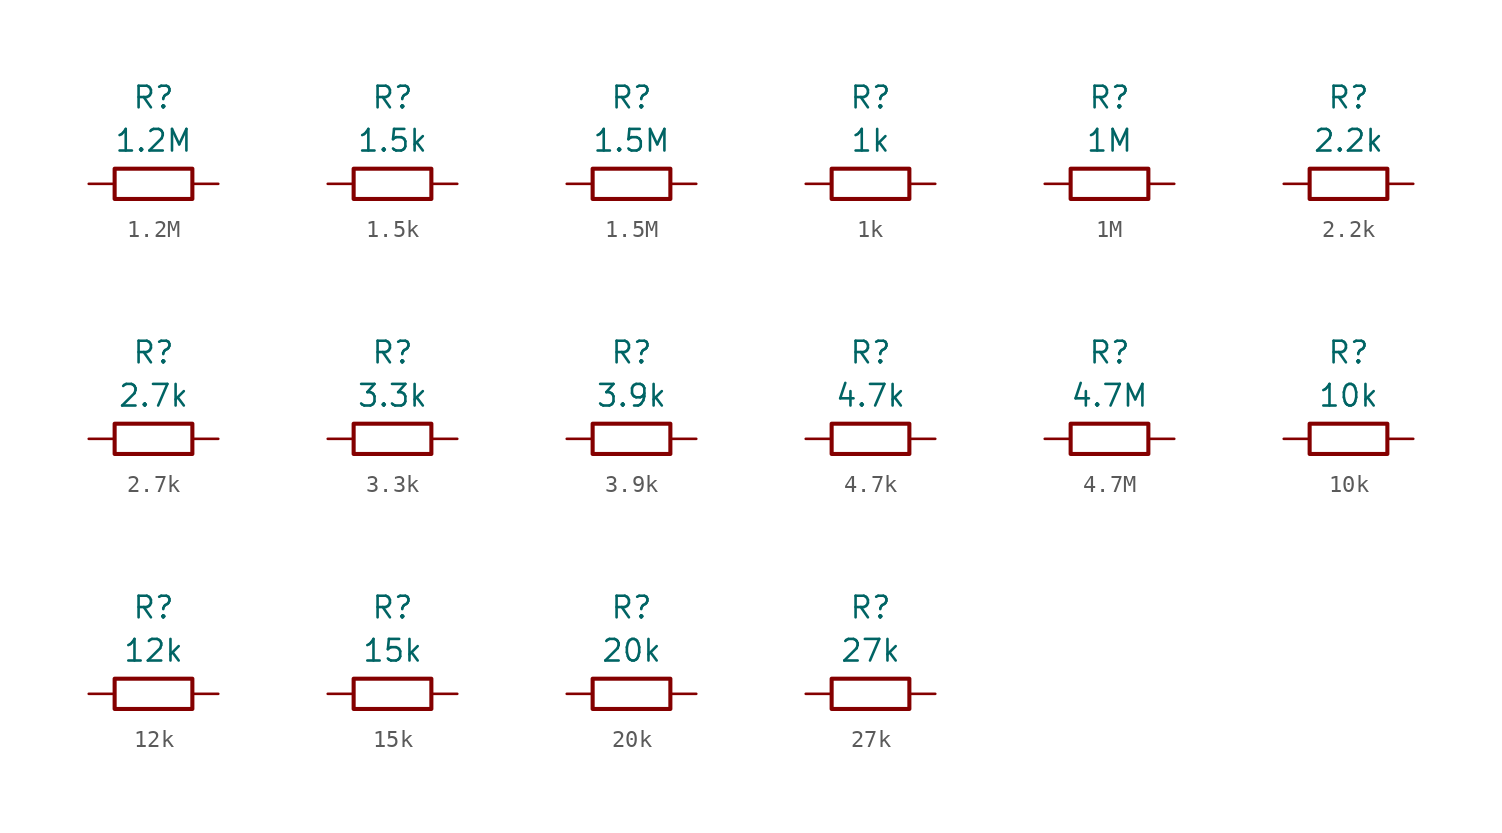
<source format=kicad_sym>
(kicad_symbol_lib
  (version 20220914)
  (generator kicad_symbol_editor)
  (symbol "1.2M"
    (property "Reference" "R"
      (at 0 5.08 0)
      (effects (font (size 1.27 1.27))))
    (property "Value" "1.2M"
      (at 0 2.54 0)
      (effects (font (size 1.27 1.27))))
    (symbol "1.2M_0_1"
      (rectangle (start -2.286 0.889) (end 2.286 -0.889) (stroke (width 0.24) (type default)) (fill (type none))))
    (symbol "1.2M_1_1"
      (pin passive line (at -3.81 0 0) (length 1.5) (name "" (effects (font (size 1.27 1.27)))) (number "1" (effects (font (size 0 0)))))
      (pin passive line (at 3.81 0 180) (length 1.5) (name "~" (effects (font (size 1.27 1.27)))) (number "2" (effects (font (size 0 0)))))))
  (symbol "1.5k"
    (property "Reference" "R"
      (at 0 5.08 0)
      (effects (font (size 1.27 1.27))))
    (property "Value" "1.5k"
      (at 0 2.54 0)
      (effects (font (size 1.27 1.27))))
    (symbol "1.5k_0_1"
      (rectangle (start -2.286 0.889) (end 2.286 -0.889) (stroke (width 0.24) (type default)) (fill (type none))))
    (symbol "1.5k_1_1"
      (pin passive line (at -3.81 0 0) (length 1.5) (name "" (effects (font (size 1.27 1.27)))) (number "1" (effects (font (size 0 0)))))
      (pin passive line (at 3.81 0 180) (length 1.5) (name "~" (effects (font (size 1.27 1.27)))) (number "2" (effects (font (size 0 0)))))))
  (symbol "1.5M"
    (property "Reference" "R"
      (at 0 5.08 0)
      (effects (font (size 1.27 1.27))))
    (property "Value" "1.5M"
      (at 0 2.54 0)
      (effects (font (size 1.27 1.27))))
    (symbol "1.5M_0_1"
      (rectangle (start -2.286 0.889) (end 2.286 -0.889) (stroke (width 0.24) (type default)) (fill (type none))))
    (symbol "1.5M_1_1"
      (pin passive line (at -3.81 0 0) (length 1.5) (name "" (effects (font (size 1.27 1.27)))) (number "1" (effects (font (size 0 0)))))
      (pin passive line (at 3.81 0 180) (length 1.5) (name "~" (effects (font (size 1.27 1.27)))) (number "2" (effects (font (size 0 0)))))))
  (symbol "1k"
    (property "Reference" "R"
      (at 0 5.08 0)
      (effects (font (size 1.27 1.27))))
    (property "Value" "1k"
      (at 0 2.54 0)
      (effects (font (size 1.27 1.27))))
    (symbol "1k_0_1"
      (rectangle (start -2.286 0.889) (end 2.286 -0.889) (stroke (width 0.24) (type default)) (fill (type none))))
    (symbol "1k_1_1"
      (pin passive line (at -3.81 0 0) (length 1.5) (name "" (effects (font (size 1.27 1.27)))) (number "1" (effects (font (size 0 0)))))
      (pin passive line (at 3.81 0 180) (length 1.5) (name "~" (effects (font (size 1.27 1.27)))) (number "2" (effects (font (size 0 0)))))))
  (symbol "1M"
    (property "Reference" "R"
      (at 0 5.08 0)
      (effects (font (size 1.27 1.27))))
    (property "Value" "1M"
      (at 0 2.54 0)
      (effects (font (size 1.27 1.27))))
    (symbol "1M_0_1"
      (rectangle (start -2.286 0.889) (end 2.286 -0.889) (stroke (width 0.24) (type default)) (fill (type none))))
    (symbol "1M_1_1"
      (pin passive line (at -3.81 0 0) (length 1.5) (name "" (effects (font (size 1.27 1.27)))) (number "1" (effects (font (size 0 0)))))
      (pin passive line (at 3.81 0 180) (length 1.5) (name "~" (effects (font (size 1.27 1.27)))) (number "2" (effects (font (size 0 0)))))))
  (symbol "2.2k"
    (property "Reference" "R"
      (at 0 5.08 0)
      (effects (font (size 1.27 1.27))))
    (property "Value" "2.2k"
      (at 0 2.54 0)
      (effects (font (size 1.27 1.27))))
    (symbol "2.2k_0_1"
      (rectangle (start -2.286 0.889) (end 2.286 -0.889) (stroke (width 0.24) (type default)) (fill (type none))))
    (symbol "2.2k_1_1"
      (pin passive line (at -3.81 0 0) (length 1.5) (name "" (effects (font (size 1.27 1.27)))) (number "1" (effects (font (size 0 0)))))
      (pin passive line (at 3.81 0 180) (length 1.5) (name "~" (effects (font (size 1.27 1.27)))) (number "2" (effects (font (size 0 0)))))))
  (symbol "2.7k"
    (property "Reference" "R"
      (at 0 5.08 0)
      (effects (font (size 1.27 1.27))))
    (property "Value" "2.7k"
      (at 0 2.54 0)
      (effects (font (size 1.27 1.27))))
    (symbol "2.7k_0_1"
      (rectangle (start -2.286 0.889) (end 2.286 -0.889) (stroke (width 0.24) (type default)) (fill (type none))))
    (symbol "2.7k_1_1"
      (pin passive line (at -3.81 0 0) (length 1.5) (name "" (effects (font (size 1.27 1.27)))) (number "1" (effects (font (size 0 0)))))
      (pin passive line (at 3.81 0 180) (length 1.5) (name "~" (effects (font (size 1.27 1.27)))) (number "2" (effects (font (size 0 0)))))))
  (symbol "3.3k"
    (property "Reference" "R"
      (at 0 5.08 0)
      (effects (font (size 1.27 1.27))))
    (property "Value" "3.3k"
      (at 0 2.54 0)
      (effects (font (size 1.27 1.27))))
    (symbol "3.3k_0_1"
      (rectangle (start -2.286 0.889) (end 2.286 -0.889) (stroke (width 0.24) (type default)) (fill (type none))))
    (symbol "3.3k_1_1"
      (pin passive line (at -3.81 0 0) (length 1.5) (name "" (effects (font (size 1.27 1.27)))) (number "1" (effects (font (size 0 0)))))
      (pin passive line (at 3.81 0 180) (length 1.5) (name "~" (effects (font (size 1.27 1.27)))) (number "2" (effects (font (size 0 0)))))))
  (symbol "3.9k"
    (property "Reference" "R"
      (at 0 5.08 0)
      (effects (font (size 1.27 1.27))))
    (property "Value" "3.9k"
      (at 0 2.54 0)
      (effects (font (size 1.27 1.27))))
    (symbol "3.9k_0_1"
      (rectangle (start -2.286 0.889) (end 2.286 -0.889) (stroke (width 0.24) (type default)) (fill (type none))))
    (symbol "3.9k_1_1"
      (pin passive line (at -3.81 0 0) (length 1.5) (name "" (effects (font (size 1.27 1.27)))) (number "1" (effects (font (size 0 0)))))
      (pin passive line (at 3.81 0 180) (length 1.5) (name "~" (effects (font (size 1.27 1.27)))) (number "2" (effects (font (size 0 0)))))))
  (symbol "4.7k"
    (property "Reference" "R"
      (at 0 5.08 0)
      (effects (font (size 1.27 1.27))))
    (property "Value" "4.7k"
      (at 0 2.54 0)
      (effects (font (size 1.27 1.27))))
    (symbol "4.7k_0_1"
      (rectangle (start -2.286 0.889) (end 2.286 -0.889) (stroke (width 0.24) (type default)) (fill (type none))))
    (symbol "4.7k_1_1"
      (pin passive line (at -3.81 0 0) (length 1.5) (name "" (effects (font (size 1.27 1.27)))) (number "1" (effects (font (size 0 0)))))
      (pin passive line (at 3.81 0 180) (length 1.5) (name "~" (effects (font (size 1.27 1.27)))) (number "2" (effects (font (size 0 0)))))))
  (symbol "4.7M"
    (property "Reference" "R"
      (at 0 5.08 0)
      (effects (font (size 1.27 1.27))))
    (property "Value" "4.7M"
      (at 0 2.54 0)
      (effects (font (size 1.27 1.27))))
    (symbol "4.7M_0_1"
      (rectangle (start -2.286 0.889) (end 2.286 -0.889) (stroke (width 0.24) (type default)) (fill (type none))))
    (symbol "4.7M_1_1"
      (pin passive line (at -3.81 0 0) (length 1.5) (name "" (effects (font (size 1.27 1.27)))) (number "1" (effects (font (size 0 0)))))
      (pin passive line (at 3.81 0 180) (length 1.5) (name "~" (effects (font (size 1.27 1.27)))) (number "2" (effects (font (size 0 0)))))))
  (symbol "10k"
    (property "Reference" "R"
      (at 0 5.08 0)
      (effects (font (size 1.27 1.27))))
    (property "Value" "10k"
      (at 0 2.54 0)
      (effects (font (size 1.27 1.27))))
    (symbol "10k_0_1"
      (rectangle (start -2.286 0.889) (end 2.286 -0.889) (stroke (width 0.24) (type default)) (fill (type none))))
    (symbol "10k_1_1"
      (pin passive line (at -3.81 0 0) (length 1.5) (name "" (effects (font (size 1.27 1.27)))) (number "1" (effects (font (size 0 0)))))
      (pin passive line (at 3.81 0 180) (length 1.5) (name "~" (effects (font (size 1.27 1.27)))) (number "2" (effects (font (size 0 0)))))))
  (symbol "12k"
    (property "Reference" "R"
      (at 0 5.08 0)
      (effects (font (size 1.27 1.27))))
    (property "Value" "12k"
      (at 0 2.54 0)
      (effects (font (size 1.27 1.27))))
    (symbol "12k_0_1"
      (rectangle (start -2.286 0.889) (end 2.286 -0.889) (stroke (width 0.24) (type default)) (fill (type none))))
    (symbol "12k_1_1"
      (pin passive line (at -3.81 0 0) (length 1.5) (name "" (effects (font (size 1.27 1.27)))) (number "1" (effects (font (size 0 0)))))
      (pin passive line (at 3.81 0 180) (length 1.5) (name "~" (effects (font (size 1.27 1.27)))) (number "2" (effects (font (size 0 0)))))))
  (symbol "15k"
    (property "Reference" "R"
      (at 0 5.08 0)
      (effects (font (size 1.27 1.27))))
    (property "Value" "15k"
      (at 0 2.54 0)
      (effects (font (size 1.27 1.27))))
    (symbol "15k_0_1"
      (rectangle (start -2.286 0.889) (end 2.286 -0.889) (stroke (width 0.24) (type default)) (fill (type none))))
    (symbol "15k_1_1"
      (pin passive line (at -3.81 0 0) (length 1.5) (name "" (effects (font (size 1.27 1.27)))) (number "1" (effects (font (size 0 0)))))
      (pin passive line (at 3.81 0 180) (length 1.5) (name "~" (effects (font (size 1.27 1.27)))) (number "2" (effects (font (size 0 0)))))))
  (symbol "20k"
    (property "Reference" "R"
      (at 0 5.08 0)
      (effects (font (size 1.27 1.27))))
    (property "Value" "20k"
      (at 0 2.54 0)
      (effects (font (size 1.27 1.27))))
    (symbol "20k_0_1"
      (rectangle (start -2.286 0.889) (end 2.286 -0.889) (stroke (width 0.24) (type default)) (fill (type none))))
    (symbol "20k_1_1"
      (pin passive line (at -3.81 0 0) (length 1.5) (name "" (effects (font (size 1.27 1.27)))) (number "1" (effects (font (size 0 0)))))
      (pin passive line (at 3.81 0 180) (length 1.5) (name "~" (effects (font (size 1.27 1.27)))) (number "2" (effects (font (size 0 0)))))))
  (symbol "27k"
    (property "Reference" "R"
      (at 0 5.08 0)
      (effects (font (size 1.27 1.27))))
    (property "Value" "27k"
      (at 0 2.54 0)
      (effects (font (size 1.27 1.27))))
    (symbol "27k_0_1"
      (rectangle (start -2.286 0.889) (end 2.286 -0.889) (stroke (width 0.24) (type default)) (fill (type none))))
    (symbol "27k_1_1"
      (pin passive line (at -3.81 0 0) (length 1.5) (name "" (effects (font (size 1.27 1.27)))) (number "1" (effects (font (size 0 0)))))
      (pin passive line (at 3.81 0 180) (length 1.5) (name "~" (effects (font (size 1.27 1.27)))) (number "2" (effects (font (size 0 0))))))))
</source>
